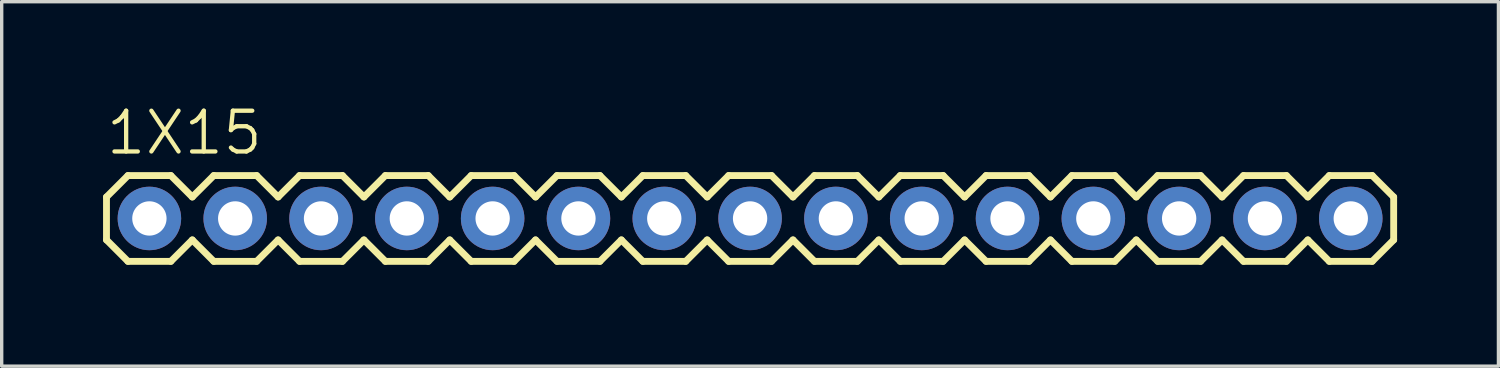
<source format=kicad_pcb>
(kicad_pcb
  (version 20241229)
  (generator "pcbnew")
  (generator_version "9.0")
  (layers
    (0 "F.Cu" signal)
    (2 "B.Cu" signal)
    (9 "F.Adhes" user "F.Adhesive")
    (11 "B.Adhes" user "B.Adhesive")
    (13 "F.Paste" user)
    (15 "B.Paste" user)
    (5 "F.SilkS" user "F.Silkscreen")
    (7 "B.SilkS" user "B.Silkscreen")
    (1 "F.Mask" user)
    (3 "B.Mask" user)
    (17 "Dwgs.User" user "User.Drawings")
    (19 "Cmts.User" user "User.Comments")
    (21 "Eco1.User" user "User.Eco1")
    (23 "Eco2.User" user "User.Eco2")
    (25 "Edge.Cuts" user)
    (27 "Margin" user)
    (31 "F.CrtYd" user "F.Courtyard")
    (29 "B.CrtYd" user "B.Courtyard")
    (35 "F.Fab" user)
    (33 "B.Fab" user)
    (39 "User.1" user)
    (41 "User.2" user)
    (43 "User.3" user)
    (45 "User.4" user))
  (footprint "1X15"
    (layer "F.Cu")
    (at 1.372 3.416)
    (property "Reference" "1X15" (at -1.346 -1.829 0) (layer "F.SilkS") (effects (font (size 1.206 1.206) (thickness 0.127)) (justify left bottom)))
    (attr through_hole)
    (fp_line (start -1.27 -0.635) (end -1.27 0.635) (stroke (width 0.203) (type solid)) (layer "F.SilkS"))
    (fp_line (start -1.27 0.635) (end -0.635 1.27) (stroke (width 0.203) (type solid)) (layer "F.SilkS"))
    (fp_line (start -0.635 -1.27) (end -1.27 -0.635) (stroke (width 0.203) (type solid)) (layer "F.SilkS"))
    (fp_line (start -0.635 -1.27) (end 0.635 -1.27) (stroke (width 0.203) (type solid)) (layer "F.SilkS"))
    (fp_line (start 0.635 -1.27) (end 1.27 -0.635) (stroke (width 0.203) (type solid)) (layer "F.SilkS"))
    (fp_line (start 0.635 1.27) (end -0.635 1.27) (stroke (width 0.203) (type solid)) (layer "F.SilkS"))
    (fp_line (start 1.27 -0.635) (end 1.905 -1.27) (stroke (width 0.203) (type solid)) (layer "F.SilkS"))
    (fp_line (start 1.27 0.635) (end 0.635 1.27) (stroke (width 0.203) (type solid)) (layer "F.SilkS"))
    (fp_line (start 1.905 -1.27) (end 3.175 -1.27) (stroke (width 0.203) (type solid)) (layer "F.SilkS"))
    (fp_line (start 1.905 1.27) (end 1.27 0.635) (stroke (width 0.203) (type solid)) (layer "F.SilkS"))
    (fp_line (start 3.175 -1.27) (end 3.81 -0.635) (stroke (width 0.203) (type solid)) (layer "F.SilkS"))
    (fp_line (start 3.175 1.27) (end 1.905 1.27) (stroke (width 0.203) (type solid)) (layer "F.SilkS"))
    (fp_line (start 3.81 -0.635) (end 4.445 -1.27) (stroke (width 0.203) (type solid)) (layer "F.SilkS"))
    (fp_line (start 3.81 0.635) (end 3.175 1.27) (stroke (width 0.203) (type solid)) (layer "F.SilkS"))
    (fp_line (start 4.445 -1.27) (end 5.715 -1.27) (stroke (width 0.203) (type solid)) (layer "F.SilkS"))
    (fp_line (start 4.445 1.27) (end 3.81 0.635) (stroke (width 0.203) (type solid)) (layer "F.SilkS"))
    (fp_line (start 5.715 -1.27) (end 6.35 -0.635) (stroke (width 0.203) (type solid)) (layer "F.SilkS"))
    (fp_line (start 5.715 1.27) (end 4.445 1.27) (stroke (width 0.203) (type solid)) (layer "F.SilkS"))
    (fp_line (start 6.35 0.635) (end 5.715 1.27) (stroke (width 0.203) (type solid)) (layer "F.SilkS"))
    (fp_line (start 6.35 0.635) (end 6.985 1.27) (stroke (width 0.203) (type solid)) (layer "F.SilkS"))
    (fp_line (start 6.985 -1.27) (end 6.35 -0.635) (stroke (width 0.203) (type solid)) (layer "F.SilkS"))
    (fp_line (start 6.985 -1.27) (end 8.255 -1.27) (stroke (width 0.203) (type solid)) (layer "F.SilkS"))
    (fp_line (start 8.255 -1.27) (end 8.89 -0.635) (stroke (width 0.203) (type solid)) (layer "F.SilkS"))
    (fp_line (start 8.255 1.27) (end 6.985 1.27) (stroke (width 0.203) (type solid)) (layer "F.SilkS"))
    (fp_line (start 8.89 -0.635) (end 9.525 -1.27) (stroke (width 0.203) (type solid)) (layer "F.SilkS"))
    (fp_line (start 8.89 0.635) (end 8.255 1.27) (stroke (width 0.203) (type solid)) (layer "F.SilkS"))
    (fp_line (start 9.525 -1.27) (end 10.795 -1.27) (stroke (width 0.203) (type solid)) (layer "F.SilkS"))
    (fp_line (start 9.525 1.27) (end 8.89 0.635) (stroke (width 0.203) (type solid)) (layer "F.SilkS"))
    (fp_line (start 10.795 -1.27) (end 11.43 -0.635) (stroke (width 0.203) (type solid)) (layer "F.SilkS"))
    (fp_line (start 10.795 1.27) (end 9.525 1.27) (stroke (width 0.203) (type solid)) (layer "F.SilkS"))
    (fp_line (start 11.43 -0.635) (end 12.065 -1.27) (stroke (width 0.203) (type solid)) (layer "F.SilkS"))
    (fp_line (start 11.43 0.635) (end 10.795 1.27) (stroke (width 0.203) (type solid)) (layer "F.SilkS"))
    (fp_line (start 12.065 -1.27) (end 13.335 -1.27) (stroke (width 0.203) (type solid)) (layer "F.SilkS"))
    (fp_line (start 12.065 1.27) (end 11.43 0.635) (stroke (width 0.203) (type solid)) (layer "F.SilkS"))
    (fp_line (start 13.335 -1.27) (end 13.97 -0.635) (stroke (width 0.203) (type solid)) (layer "F.SilkS"))
    (fp_line (start 13.335 1.27) (end 12.065 1.27) (stroke (width 0.203) (type solid)) (layer "F.SilkS"))
    (fp_line (start 13.97 0.635) (end 13.335 1.27) (stroke (width 0.203) (type solid)) (layer "F.SilkS"))
    (fp_line (start 13.97 0.635) (end 14.605 1.27) (stroke (width 0.203) (type solid)) (layer "F.SilkS"))
    (fp_line (start 14.605 -1.27) (end 13.97 -0.635) (stroke (width 0.203) (type solid)) (layer "F.SilkS"))
    (fp_line (start 14.605 -1.27) (end 15.875 -1.27) (stroke (width 0.203) (type solid)) (layer "F.SilkS"))
    (fp_line (start 15.875 -1.27) (end 16.51 -0.635) (stroke (width 0.203) (type solid)) (layer "F.SilkS"))
    (fp_line (start 15.875 1.27) (end 14.605 1.27) (stroke (width 0.203) (type solid)) (layer "F.SilkS"))
    (fp_line (start 16.51 0.635) (end 15.875 1.27) (stroke (width 0.203) (type solid)) (layer "F.SilkS"))
    (fp_line (start 16.51 0.635) (end 17.145 1.27) (stroke (width 0.203) (type solid)) (layer "F.SilkS"))
    (fp_line (start 17.145 -1.27) (end 16.51 -0.635) (stroke (width 0.203) (type solid)) (layer "F.SilkS"))
    (fp_line (start 17.145 -1.27) (end 18.415 -1.27) (stroke (width 0.203) (type solid)) (layer "F.SilkS"))
    (fp_line (start 18.415 -1.27) (end 19.05 -0.635) (stroke (width 0.203) (type solid)) (layer "F.SilkS"))
    (fp_line (start 18.415 1.27) (end 17.145 1.27) (stroke (width 0.203) (type solid)) (layer "F.SilkS"))
    (fp_line (start 19.05 -0.635) (end 19.685 -1.27) (stroke (width 0.203) (type solid)) (layer "F.SilkS"))
    (fp_line (start 19.05 0.635) (end 18.415 1.27) (stroke (width 0.203) (type solid)) (layer "F.SilkS"))
    (fp_line (start 19.685 -1.27) (end 20.955 -1.27) (stroke (width 0.203) (type solid)) (layer "F.SilkS"))
    (fp_line (start 19.685 1.27) (end 19.05 0.635) (stroke (width 0.203) (type solid)) (layer "F.SilkS"))
    (fp_line (start 20.955 -1.27) (end 21.59 -0.635) (stroke (width 0.203) (type solid)) (layer "F.SilkS"))
    (fp_line (start 20.955 1.27) (end 19.685 1.27) (stroke (width 0.203) (type solid)) (layer "F.SilkS"))
    (fp_line (start 21.59 -0.635) (end 22.225 -1.27) (stroke (width 0.203) (type solid)) (layer "F.SilkS"))
    (fp_line (start 21.59 0.635) (end 20.955 1.27) (stroke (width 0.203) (type solid)) (layer "F.SilkS"))
    (fp_line (start 22.225 -1.27) (end 23.495 -1.27) (stroke (width 0.203) (type solid)) (layer "F.SilkS"))
    (fp_line (start 22.225 1.27) (end 21.59 0.635) (stroke (width 0.203) (type solid)) (layer "F.SilkS"))
    (fp_line (start 23.495 -1.27) (end 24.13 -0.635) (stroke (width 0.203) (type solid)) (layer "F.SilkS"))
    (fp_line (start 23.495 1.27) (end 22.225 1.27) (stroke (width 0.203) (type solid)) (layer "F.SilkS"))
    (fp_line (start 24.13 0.635) (end 23.495 1.27) (stroke (width 0.203) (type solid)) (layer "F.SilkS"))
    (fp_line (start 24.13 0.635) (end 24.765 1.27) (stroke (width 0.203) (type solid)) (layer "F.SilkS"))
    (fp_line (start 24.765 -1.27) (end 24.13 -0.635) (stroke (width 0.203) (type solid)) (layer "F.SilkS"))
    (fp_line (start 24.765 -1.27) (end 26.035 -1.27) (stroke (width 0.203) (type solid)) (layer "F.SilkS"))
    (fp_line (start 26.035 -1.27) (end 26.67 -0.635) (stroke (width 0.203) (type solid)) (layer "F.SilkS"))
    (fp_line (start 26.035 1.27) (end 24.765 1.27) (stroke (width 0.203) (type solid)) (layer "F.SilkS"))
    (fp_line (start 26.67 -0.635) (end 27.305 -1.27) (stroke (width 0.203) (type solid)) (layer "F.SilkS"))
    (fp_line (start 26.67 0.635) (end 26.035 1.27) (stroke (width 0.203) (type solid)) (layer "F.SilkS"))
    (fp_line (start 27.305 -1.27) (end 28.575 -1.27) (stroke (width 0.203) (type solid)) (layer "F.SilkS"))
    (fp_line (start 27.305 1.27) (end 26.67 0.635) (stroke (width 0.203) (type solid)) (layer "F.SilkS"))
    (fp_line (start 28.575 -1.27) (end 29.21 -0.635) (stroke (width 0.203) (type solid)) (layer "F.SilkS"))
    (fp_line (start 28.575 1.27) (end 27.305 1.27) (stroke (width 0.203) (type solid)) (layer "F.SilkS"))
    (fp_line (start 29.21 -0.635) (end 29.845 -1.27) (stroke (width 0.203) (type solid)) (layer "F.SilkS"))
    (fp_line (start 29.21 0.635) (end 28.575 1.27) (stroke (width 0.203) (type solid)) (layer "F.SilkS"))
    (fp_line (start 29.845 -1.27) (end 31.115 -1.27) (stroke (width 0.203) (type solid)) (layer "F.SilkS"))
    (fp_line (start 29.845 1.27) (end 29.21 0.635) (stroke (width 0.203) (type solid)) (layer "F.SilkS"))
    (fp_line (start 31.115 -1.27) (end 31.75 -0.635) (stroke (width 0.203) (type solid)) (layer "F.SilkS"))
    (fp_line (start 31.115 1.27) (end 29.845 1.27) (stroke (width 0.203) (type solid)) (layer "F.SilkS"))
    (fp_line (start 31.75 -0.635) (end 32.385 -1.27) (stroke (width 0.203) (type solid)) (layer "F.SilkS"))
    (fp_line (start 31.75 0.635) (end 31.115 1.27) (stroke (width 0.203) (type solid)) (layer "F.SilkS"))
    (fp_line (start 32.385 -1.27) (end 33.655 -1.27) (stroke (width 0.203) (type solid)) (layer "F.SilkS"))
    (fp_line (start 32.385 1.27) (end 31.75 0.635) (stroke (width 0.203) (type solid)) (layer "F.SilkS"))
    (fp_line (start 33.655 -1.27) (end 34.29 -0.635) (stroke (width 0.203) (type solid)) (layer "F.SilkS"))
    (fp_line (start 33.655 1.27) (end 32.385 1.27) (stroke (width 0.203) (type solid)) (layer "F.SilkS"))
    (fp_line (start 34.29 -0.635) (end 34.925 -1.27) (stroke (width 0.203) (type solid)) (layer "F.SilkS"))
    (fp_line (start 34.29 0.635) (end 33.655 1.27) (stroke (width 0.203) (type solid)) (layer "F.SilkS"))
    (fp_line (start 34.925 -1.27) (end 36.195 -1.27) (stroke (width 0.203) (type solid)) (layer "F.SilkS"))
    (fp_line (start 34.925 1.27) (end 34.29 0.635) (stroke (width 0.203) (type solid)) (layer "F.SilkS"))
    (fp_line (start 36.195 -1.27) (end 36.83 -0.635) (stroke (width 0.203) (type solid)) (layer "F.SilkS"))
    (fp_line (start 36.195 1.27) (end 34.925 1.27) (stroke (width 0.203) (type solid)) (layer "F.SilkS"))
    (fp_line (start 36.83 0.635) (end 36.195 1.27) (stroke (width 0.203) (type solid)) (layer "F.SilkS"))
    (fp_line (start 36.83 0.635) (end 36.83 -0.635) (stroke (width 0.203) (type solid)) (layer "F.SilkS"))
    (fp_poly (pts (xy -0.254 0.254) (xy 0.254 0.254) (xy 0.254 -0.254) (xy -0.254 -0.254)) (stroke (width 0.1) (type solid)) (fill no) (layer "F.Fab"))
    (fp_poly (pts (xy 2.286 0.254) (xy 2.794 0.254) (xy 2.794 -0.254) (xy 2.286 -0.254)) (stroke (width 0.1) (type solid)) (fill no) (layer "F.Fab"))
    (fp_poly (pts (xy 4.826 0.254) (xy 5.334 0.254) (xy 5.334 -0.254) (xy 4.826 -0.254)) (stroke (width 0.1) (type solid)) (fill no) (layer "F.Fab"))
    (fp_poly (pts (xy 7.366 0.254) (xy 7.874 0.254) (xy 7.874 -0.254) (xy 7.366 -0.254)) (stroke (width 0.1) (type solid)) (fill no) (layer "F.Fab"))
    (fp_poly (pts (xy 9.906 0.254) (xy 10.414 0.254) (xy 10.414 -0.254) (xy 9.906 -0.254)) (stroke (width 0.1) (type solid)) (fill no) (layer "F.Fab"))
    (fp_poly (pts (xy 12.446 0.254) (xy 12.954 0.254) (xy 12.954 -0.254) (xy 12.446 -0.254)) (stroke (width 0.1) (type solid)) (fill no) (layer "F.Fab"))
    (fp_poly (pts (xy 14.986 0.254) (xy 15.494 0.254) (xy 15.494 -0.254) (xy 14.986 -0.254)) (stroke (width 0.1) (type solid)) (fill no) (layer "F.Fab"))
    (fp_poly (pts (xy 17.526 0.254) (xy 18.034 0.254) (xy 18.034 -0.254) (xy 17.526 -0.254)) (stroke (width 0.1) (type solid)) (fill no) (layer "F.Fab"))
    (fp_poly (pts (xy 20.066 0.254) (xy 20.574 0.254) (xy 20.574 -0.254) (xy 20.066 -0.254)) (stroke (width 0.1) (type solid)) (fill no) (layer "F.Fab"))
    (fp_poly (pts (xy 22.606 0.254) (xy 23.114 0.254) (xy 23.114 -0.254) (xy 22.606 -0.254)) (stroke (width 0.1) (type solid)) (fill no) (layer "F.Fab"))
    (fp_poly (pts (xy 25.146 0.254) (xy 25.654 0.254) (xy 25.654 -0.254) (xy 25.146 -0.254)) (stroke (width 0.1) (type solid)) (fill no) (layer "F.Fab"))
    (fp_poly (pts (xy 27.686 0.254) (xy 28.194 0.254) (xy 28.194 -0.254) (xy 27.686 -0.254)) (stroke (width 0.1) (type solid)) (fill no) (layer "F.Fab"))
    (fp_poly (pts (xy 30.226 0.254) (xy 30.734 0.254) (xy 30.734 -0.254) (xy 30.226 -0.254)) (stroke (width 0.1) (type solid)) (fill no) (layer "F.Fab"))
    (fp_poly (pts (xy 32.766 0.254) (xy 33.274 0.254) (xy 33.274 -0.254) (xy 32.766 -0.254)) (stroke (width 0.1) (type solid)) (fill no) (layer "F.Fab"))
    (fp_poly (pts (xy 35.306 0.254) (xy 35.814 0.254) (xy 35.814 -0.254) (xy 35.306 -0.254)) (stroke (width 0.1) (type solid)) (fill no) (layer "F.Fab"))
    (pad "1" thru_hole circle (at 0 0 90) (size 1.88 1.88) (drill 1.016) (layers "*.Cu" "*.Mask"))
    (pad "2" thru_hole circle (at 2.54 0 90) (size 1.88 1.88) (drill 1.016) (layers "*.Cu" "*.Mask"))
    (pad "3" thru_hole circle (at 5.08 0 90) (size 1.88 1.88) (drill 1.016) (layers "*.Cu" "*.Mask"))
    (pad "4" thru_hole circle (at 7.62 0 90) (size 1.88 1.88) (drill 1.016) (layers "*.Cu" "*.Mask"))
    (pad "5" thru_hole circle (at 10.16 0 90) (size 1.88 1.88) (drill 1.016) (layers "*.Cu" "*.Mask"))
    (pad "6" thru_hole circle (at 12.7 0 90) (size 1.88 1.88) (drill 1.016) (layers "*.Cu" "*.Mask"))
    (pad "7" thru_hole circle (at 15.24 0 90) (size 1.88 1.88) (drill 1.016) (layers "*.Cu" "*.Mask"))
    (pad "8" thru_hole circle (at 17.78 0 90) (size 1.88 1.88) (drill 1.016) (layers "*.Cu" "*.Mask"))
    (pad "9" thru_hole circle (at 20.32 0 90) (size 1.88 1.88) (drill 1.016) (layers "*.Cu" "*.Mask"))
    (pad "10" thru_hole circle (at 22.86 0 90) (size 1.88 1.88) (drill 1.016) (layers "*.Cu" "*.Mask"))
    (pad "11" thru_hole circle (at 25.4 0 90) (size 1.88 1.88) (drill 1.016) (layers "*.Cu" "*.Mask"))
    (pad "12" thru_hole circle (at 27.94 0 90) (size 1.88 1.88) (drill 1.016) (layers "*.Cu" "*.Mask"))
    (pad "13" thru_hole circle (at 30.48 0 90) (size 1.88 1.88) (drill 1.016) (layers "*.Cu" "*.Mask"))
    (pad "14" thru_hole circle (at 33.02 0 90) (size 1.88 1.88) (drill 1.016) (layers "*.Cu" "*.Mask"))
    (pad "15" thru_hole circle (at 35.56 0 90) (size 1.88 1.88) (drill 1.016) (layers "*.Cu" "*.Mask")))
  (gr_rect
    (start -3 -3)
    (end 41.303 7.788)
    (stroke (width 0.1) (type default))
    (fill no)
    (layer "Edge.Cuts")))
</source>
